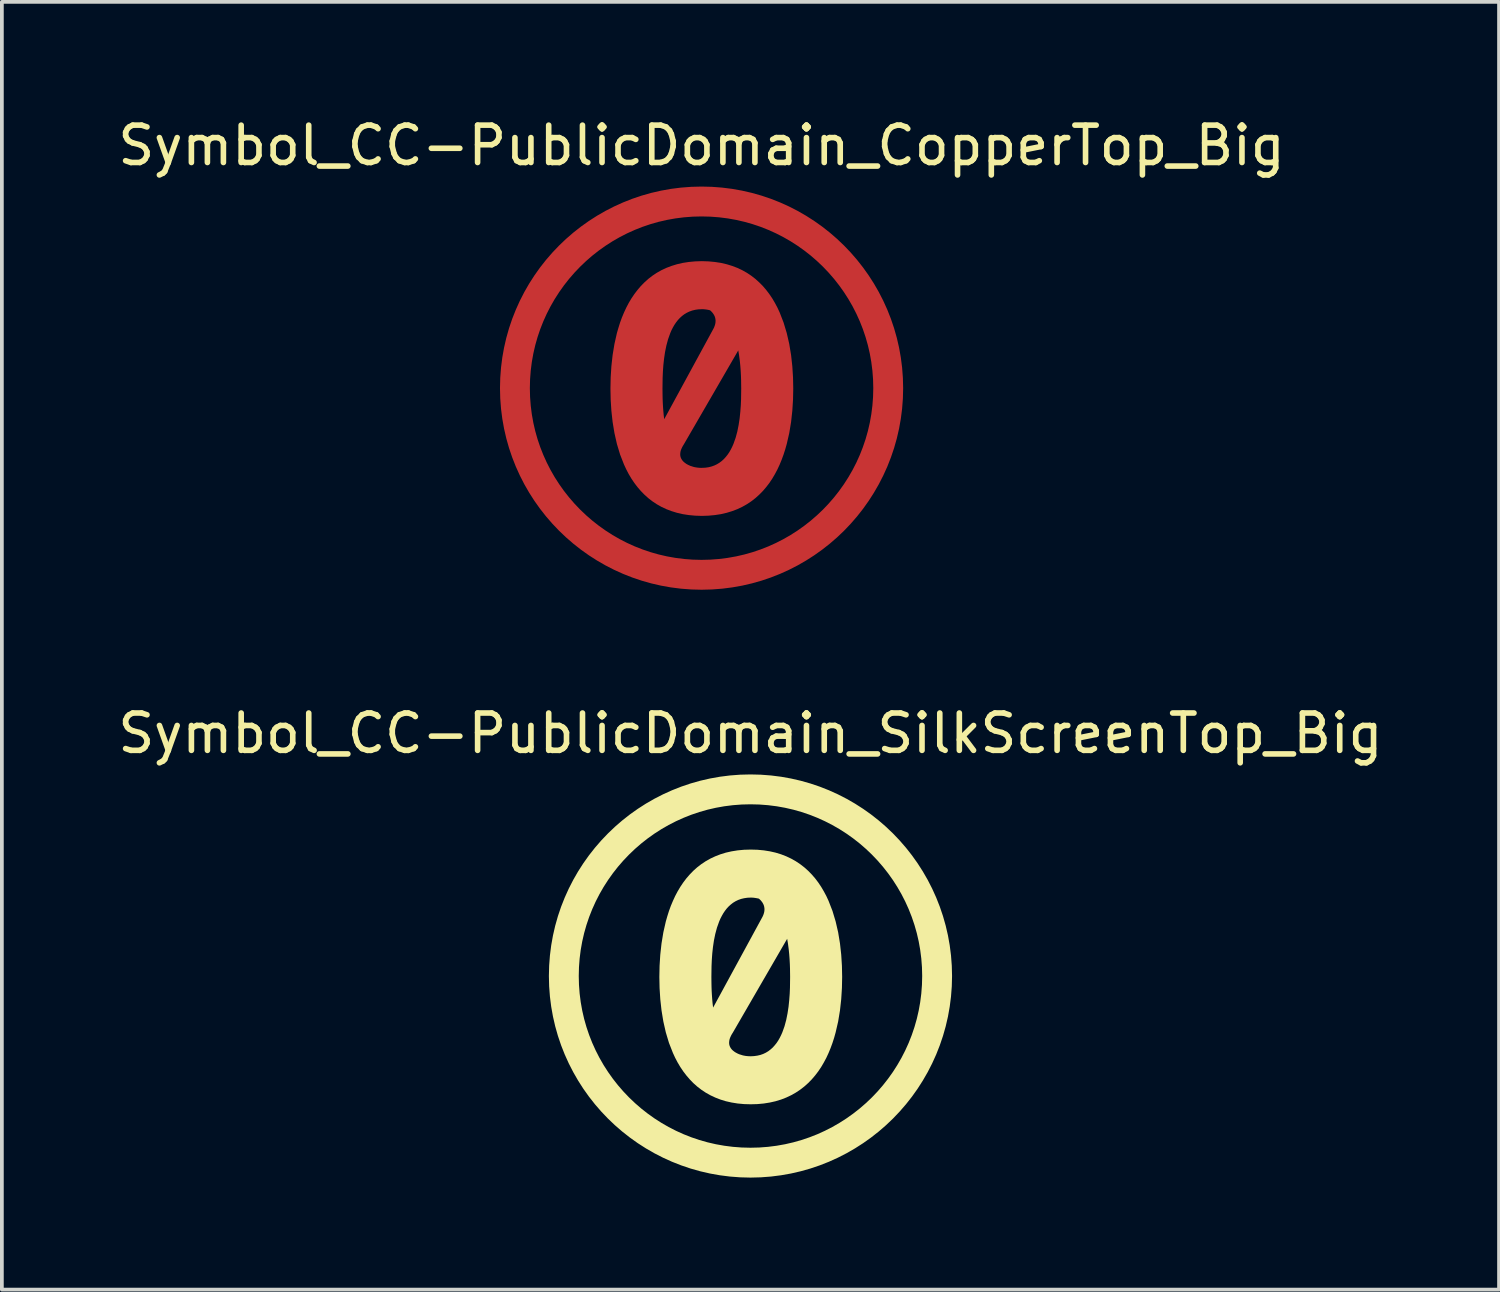
<source format=kicad_pcb>
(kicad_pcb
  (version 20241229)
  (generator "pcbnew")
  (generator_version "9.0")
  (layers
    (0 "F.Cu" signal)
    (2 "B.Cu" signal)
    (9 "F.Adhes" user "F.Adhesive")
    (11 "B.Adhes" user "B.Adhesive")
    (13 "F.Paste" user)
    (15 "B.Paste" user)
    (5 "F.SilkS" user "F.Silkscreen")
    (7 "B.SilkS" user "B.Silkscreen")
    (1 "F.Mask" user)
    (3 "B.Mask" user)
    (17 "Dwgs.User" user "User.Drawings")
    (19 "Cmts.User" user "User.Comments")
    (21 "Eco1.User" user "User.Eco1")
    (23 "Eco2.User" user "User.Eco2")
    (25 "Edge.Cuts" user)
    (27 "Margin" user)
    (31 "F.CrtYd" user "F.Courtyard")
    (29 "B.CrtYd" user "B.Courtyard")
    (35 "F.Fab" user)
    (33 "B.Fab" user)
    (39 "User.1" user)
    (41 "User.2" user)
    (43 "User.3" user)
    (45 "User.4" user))
  (footprint "Symbol_CC-PublicDomain_CopperTop_Big"
    (layer "F.Cu")
    (at 15.744 7.348)
    (property "Reference" "Symbol_CC-PublicDomain_CopperTop_Big" (at 0 -6.5 0) (layer "F.SilkS") (effects (font (size 1 1) (thickness 0.15))))
    (attr exclude_from_pos_files exclude_from_bom allow_missing_courtyard)
    (fp_circle (center 0 0) (end 5 0) (stroke (width 0.8) (type default)) (fill no) (layer "F.Cu"))
    (fp_poly (pts (xy 0.187 -3.396) (xy 0.357 -3.38) (xy 0.52 -3.355) (xy 0.674 -3.319) (xy 0.821 -3.274) (xy 0.96 -3.221) (xy 1.091 -3.159) (xy 1.215 -3.089) (xy 1.332 -3.011) (xy 1.442 -2.926) (xy 1.545 -2.833) (xy 1.642 -2.735) (xy 1.732 -2.63) (xy 1.816 -2.519) (xy 1.894 -2.404) (xy 1.965 -2.283) (xy 2.032 -2.157) (xy 2.092 -2.028) (xy 2.197 -1.757) (xy 2.282 -1.475) (xy 2.349 -1.183) (xy 2.398 -0.886) (xy 2.431 -0.586) (xy 2.45 -0.286) (xy 2.456 0.01) (xy 2.45 0.306) (xy 2.431 0.606) (xy 2.398 0.906) (xy 2.349 1.203) (xy 2.282 1.495) (xy 2.242 1.637) (xy 2.197 1.777) (xy 2.147 1.914) (xy 2.092 2.048) (xy 2.032 2.177) (xy 1.965 2.303) (xy 1.894 2.424) (xy 1.816 2.54) (xy 1.732 2.65) (xy 1.642 2.755) (xy 1.545 2.853) (xy 1.442 2.946) (xy 1.332 3.031) (xy 1.215 3.109) (xy 1.091 3.179) (xy 0.96 3.241) (xy 0.821 3.294) (xy 0.674 3.339) (xy 0.52 3.375) (xy 0.357 3.4) (xy 0.187 3.416) (xy 0.007 3.422) (xy -0.172 3.416) (xy -0.343 3.4) (xy -0.505 3.375) (xy -0.66 3.339) (xy -0.806 3.294) (xy -0.945 3.241) (xy -1.077 3.179) (xy -1.201 3.109) (xy -1.318 3.031) (xy -1.428 2.946) (xy -1.531 2.853) (xy -1.627 2.755) (xy -1.717 2.65) (xy -1.801 2.54) (xy -1.879 2.424) (xy -1.951 2.303) (xy -2.017 2.177) (xy -2.077 2.048) (xy -2.183 1.777) (xy -2.184 1.774) (xy -0.572 1.774) (xy -0.571 1.795) (xy -0.569 1.814) (xy -0.565 1.833) (xy -0.56 1.852) (xy -0.553 1.869) (xy -0.545 1.887) (xy -0.536 1.903) (xy -0.526 1.919) (xy -0.515 1.935) (xy -0.503 1.949) (xy -0.49 1.964) (xy -0.475 1.977) (xy -0.46 1.99) (xy -0.444 2.003) (xy -0.427 2.015) (xy -0.41 2.027) (xy -0.392 2.038) (xy -0.353 2.058) (xy -0.312 2.077) (xy -0.304 2.08) (xy -0.297 2.083) (xy -0.289 2.086) (xy -0.281 2.088) (xy -0.265 2.093) (xy -0.25 2.098) (xy -0.24 2.101) (xy -0.231 2.104) (xy -0.222 2.107) (xy -0.212 2.11) (xy -0.187 2.116) (xy -0.16 2.121) (xy -0.134 2.125) (xy -0.107 2.129) (xy -0.079 2.132) (xy -0.051 2.134) (xy -0.022 2.135) (xy 0.008 2.135) (xy 0.099 2.131) (xy 0.185 2.119) (xy 0.266 2.099) (xy 0.342 2.072) (xy 0.413 2.038) (xy 0.479 1.998) (xy 0.54 1.952) (xy 0.597 1.9) (xy 0.649 1.843) (xy 0.698 1.781) (xy 0.743 1.715) (xy 0.783 1.645) (xy 0.82 1.571) (xy 0.854 1.494) (xy 0.912 1.331) (xy 0.958 1.161) (xy 0.993 0.985) (xy 1.02 0.808) (xy 1.038 0.633) (xy 1.051 0.462) (xy 1.058 0.299) (xy 1.062 0.01) (xy 1.059 -0.212) (xy 1.055 -0.335) (xy 1.048 -0.464) (xy 1.038 -0.598) (xy 1.024 -0.734) (xy 1.006 -0.873) (xy 0.983 -1.011) (xy -0.474 1.504) (xy -0.492 1.533) (xy -0.508 1.56) (xy -0.522 1.587) (xy -0.534 1.613) (xy -0.545 1.638) (xy -0.554 1.662) (xy -0.561 1.686) (xy -0.566 1.709) (xy -0.569 1.732) (xy -0.571 1.753) (xy -0.572 1.774) (xy -2.184 1.774) (xy -2.268 1.495) (xy -2.334 1.203) (xy -2.383 0.906) (xy -2.416 0.606) (xy -2.435 0.306) (xy -2.441 0.01) (xy -2.441 0.01) (xy -1.047 0.01) (xy -1.045 0.189) (xy -1.043 0.287) (xy -1.039 0.39) (xy -1.033 0.497) (xy -1.025 0.607) (xy -1.015 0.718) (xy -1.001 0.832) (xy 0.302 -1.563) (xy 0.314 -1.585) (xy 0.325 -1.606) (xy 0.335 -1.627) (xy 0.343 -1.648) (xy 0.351 -1.668) (xy 0.357 -1.688) (xy 0.363 -1.707) (xy 0.367 -1.726) (xy 0.371 -1.745) (xy 0.373 -1.764) (xy 0.374 -1.782) (xy 0.375 -1.799) (xy 0.375 -1.817) (xy 0.373 -1.834) (xy 0.371 -1.85) (xy 0.368 -1.867) (xy 0.365 -1.883) (xy 0.36 -1.898) (xy 0.355 -1.914) (xy 0.349 -1.929) (xy 0.342 -1.944) (xy 0.334 -1.958) (xy 0.326 -1.972) (xy 0.318 -1.986) (xy 0.308 -1.999) (xy 0.298 -2.013) (xy 0.288 -2.026) (xy 0.277 -2.038) (xy 0.253 -2.063) (xy 0.227 -2.086) (xy 0.202 -2.092) (xy 0.175 -2.098) (xy 0.149 -2.103) (xy 0.122 -2.107) (xy 0.094 -2.11) (xy 0.066 -2.113) (xy 0.037 -2.115) (xy 0.007 -2.115) (xy -0.084 -2.111) (xy -0.17 -2.099) (xy -0.251 -2.079) (xy -0.327 -2.052) (xy -0.398 -2.018) (xy -0.464 -1.978) (xy -0.525 -1.932) (xy -0.582 -1.88) (xy -0.635 -1.823) (xy -0.683 -1.761) (xy -0.728 -1.695) (xy -0.768 -1.625) (xy -0.806 -1.551) (xy -0.839 -1.473) (xy -0.897 -1.311) (xy -0.943 -1.141) (xy -0.979 -0.965) (xy -1.005 -0.788) (xy -1.024 -0.613) (xy -1.036 -0.442) (xy -1.043 -0.279) (xy -1.047 0.01) (xy -2.441 0.01) (xy -2.435 -0.286) (xy -2.416 -0.586) (xy -2.383 -0.886) (xy -2.334 -1.183) (xy -2.268 -1.475) (xy -2.227 -1.617) (xy -2.183 -1.757) (xy -2.133 -1.894) (xy -2.077 -2.028) (xy -2.017 -2.157) (xy -1.951 -2.283) (xy -1.879 -2.404) (xy -1.801 -2.519) (xy -1.717 -2.63) (xy -1.627 -2.735) (xy -1.531 -2.833) (xy -1.428 -2.926) (xy -1.318 -3.011) (xy -1.201 -3.089) (xy -1.077 -3.159) (xy -0.945 -3.221) (xy -0.806 -3.274) (xy -0.66 -3.319) (xy -0.505 -3.355) (xy -0.343 -3.38) (xy -0.172 -3.396) (xy 0.007 -3.402)) (stroke (width 0) (type solid)) (fill yes) (layer "F.Cu")))
  (footprint "Symbol_CC-PublicDomain_SilkScreenTop_Big"
    (layer "F.Cu")
    (at 17.054 23.096)
    (property "Reference" "Symbol_CC-PublicDomain_SilkScreenTop_Big" (at 0 -6.5 0) (layer "F.SilkS") (effects (font (size 1 1) (thickness 0.15))))
    (attr exclude_from_pos_files exclude_from_bom allow_missing_courtyard)
    (fp_circle (center 0 0) (end 5 0) (stroke (width 0.8) (type default)) (fill no) (layer "F.SilkS"))
    (fp_poly (pts (xy 0.187 -3.382) (xy 0.357 -3.366) (xy 0.52 -3.34) (xy 0.674 -3.305) (xy 0.821 -3.26) (xy 0.96 -3.206) (xy 1.091 -3.144) (xy 1.215 -3.074) (xy 1.332 -2.996) (xy 1.442 -2.911) (xy 1.545 -2.819) (xy 1.642 -2.72) (xy 1.732 -2.616) (xy 1.816 -2.505) (xy 1.894 -2.389) (xy 1.965 -2.268) (xy 2.032 -2.143) (xy 2.092 -2.013) (xy 2.197 -1.743) (xy 2.282 -1.46) (xy 2.349 -1.169) (xy 2.398 -0.872) (xy 2.431 -0.572) (xy 2.45 -0.272) (xy 2.456 0.024) (xy 2.45 0.321) (xy 2.431 0.62) (xy 2.398 0.92) (xy 2.349 1.218) (xy 2.282 1.509) (xy 2.242 1.652) (xy 2.197 1.792) (xy 2.147 1.929) (xy 2.092 2.062) (xy 2.032 2.192) (xy 1.965 2.317) (xy 1.894 2.438) (xy 1.816 2.554) (xy 1.732 2.664) (xy 1.642 2.769) (xy 1.545 2.868) (xy 1.442 2.96) (xy 1.332 3.045) (xy 1.215 3.123) (xy 1.091 3.193) (xy 0.96 3.255) (xy 0.821 3.309) (xy 0.674 3.354) (xy 0.52 3.389) (xy 0.357 3.415) (xy 0.187 3.431) (xy 0.007 3.436) (xy -0.172 3.431) (xy -0.343 3.415) (xy -0.505 3.389) (xy -0.66 3.354) (xy -0.806 3.309) (xy -0.945 3.255) (xy -1.077 3.193) (xy -1.201 3.123) (xy -1.318 3.045) (xy -1.428 2.96) (xy -1.531 2.868) (xy -1.627 2.769) (xy -1.717 2.664) (xy -1.801 2.554) (xy -1.879 2.438) (xy -1.951 2.317) (xy -2.017 2.192) (xy -2.077 2.062) (xy -2.183 1.792) (xy -2.184 1.789) (xy -0.572 1.789) (xy -0.571 1.809) (xy -0.569 1.829) (xy -0.565 1.848) (xy -0.56 1.866) (xy -0.553 1.884) (xy -0.545 1.901) (xy -0.536 1.918) (xy -0.526 1.934) (xy -0.515 1.949) (xy -0.503 1.964) (xy -0.49 1.978) (xy -0.475 1.992) (xy -0.46 2.005) (xy -0.444 2.017) (xy -0.427 2.03) (xy -0.41 2.041) (xy -0.392 2.052) (xy -0.353 2.073) (xy -0.312 2.092) (xy -0.304 2.095) (xy -0.297 2.097) (xy -0.289 2.1) (xy -0.281 2.103) (xy -0.265 2.107) (xy -0.25 2.112) (xy -0.24 2.115) (xy -0.231 2.118) (xy -0.222 2.121) (xy -0.212 2.124) (xy -0.187 2.13) (xy -0.16 2.135) (xy -0.134 2.14) (xy -0.107 2.143) (xy -0.079 2.146) (xy -0.051 2.148) (xy -0.022 2.149) (xy 0.008 2.15) (xy 0.099 2.145) (xy 0.185 2.133) (xy 0.266 2.114) (xy 0.342 2.087) (xy 0.413 2.053) (xy 0.479 2.013) (xy 0.54 1.966) (xy 0.597 1.915) (xy 0.649 1.857) (xy 0.698 1.796) (xy 0.743 1.729) (xy 0.783 1.659) (xy 0.82 1.585) (xy 0.854 1.508) (xy 0.912 1.346) (xy 0.958 1.175) (xy 0.993 1) (xy 1.02 0.823) (xy 1.038 0.647) (xy 1.051 0.477) (xy 1.058 0.314) (xy 1.062 0.024) (xy 1.059 -0.197) (xy 1.055 -0.32) (xy 1.048 -0.45) (xy 1.038 -0.583) (xy 1.024 -0.72) (xy 1.006 -0.858) (xy 0.983 -0.997) (xy -0.474 1.519) (xy -0.492 1.547) (xy -0.508 1.574) (xy -0.522 1.601) (xy -0.534 1.627) (xy -0.545 1.652) (xy -0.554 1.677) (xy -0.561 1.701) (xy -0.566 1.724) (xy -0.569 1.746) (xy -0.571 1.768) (xy -0.572 1.789) (xy -2.184 1.789) (xy -2.268 1.509) (xy -2.334 1.218) (xy -2.383 0.92) (xy -2.416 0.62) (xy -2.435 0.321) (xy -2.441 0.024) (xy -2.441 0.024) (xy -1.047 0.024) (xy -1.045 0.204) (xy -1.043 0.302) (xy -1.039 0.405) (xy -1.033 0.511) (xy -1.025 0.621) (xy -1.015 0.733) (xy -1.001 0.846) (xy 0.302 -1.549) (xy 0.314 -1.571) (xy 0.325 -1.592) (xy 0.335 -1.613) (xy 0.343 -1.633) (xy 0.351 -1.654) (xy 0.357 -1.673) (xy 0.363 -1.693) (xy 0.367 -1.712) (xy 0.371 -1.731) (xy 0.373 -1.749) (xy 0.374 -1.767) (xy 0.375 -1.785) (xy 0.375 -1.802) (xy 0.373 -1.819) (xy 0.371 -1.836) (xy 0.368 -1.852) (xy 0.365 -1.868) (xy 0.36 -1.884) (xy 0.355 -1.899) (xy 0.349 -1.914) (xy 0.342 -1.929) (xy 0.334 -1.944) (xy 0.326 -1.958) (xy 0.318 -1.972) (xy 0.308 -1.985) (xy 0.298 -1.998) (xy 0.288 -2.011) (xy 0.277 -2.024) (xy 0.253 -2.048) (xy 0.227 -2.072) (xy 0.202 -2.078) (xy 0.175 -2.083) (xy 0.149 -2.088) (xy 0.122 -2.092) (xy 0.094 -2.096) (xy 0.066 -2.099) (xy 0.037 -2.1) (xy 0.007 -2.101) (xy -0.084 -2.097) (xy -0.17 -2.084) (xy -0.251 -2.065) (xy -0.327 -2.038) (xy -0.398 -2.004) (xy -0.464 -1.964) (xy -0.525 -1.917) (xy -0.582 -1.866) (xy -0.635 -1.809) (xy -0.683 -1.747) (xy -0.728 -1.68) (xy -0.768 -1.61) (xy -0.806 -1.536) (xy -0.839 -1.459) (xy -0.897 -1.297) (xy -0.943 -1.126) (xy -0.979 -0.951) (xy -1.005 -0.774) (xy -1.024 -0.599) (xy -1.036 -0.428) (xy -1.043 -0.265) (xy -1.047 0.024) (xy -2.441 0.024) (xy -2.435 -0.272) (xy -2.416 -0.572) (xy -2.383 -0.872) (xy -2.334 -1.169) (xy -2.268 -1.46) (xy -2.227 -1.603) (xy -2.183 -1.743) (xy -2.133 -1.88) (xy -2.077 -2.013) (xy -2.017 -2.143) (xy -1.951 -2.268) (xy -1.879 -2.389) (xy -1.801 -2.505) (xy -1.717 -2.616) (xy -1.627 -2.72) (xy -1.531 -2.819) (xy -1.428 -2.911) (xy -1.318 -2.996) (xy -1.201 -3.074) (xy -1.077 -3.144) (xy -0.945 -3.206) (xy -0.806 -3.26) (xy -0.66 -3.305) (xy -0.505 -3.34) (xy -0.343 -3.366) (xy -0.172 -3.382) (xy 0.007 -3.387)) (stroke (width 0) (type solid)) (fill yes) (layer "F.SilkS")))
  (gr_rect
    (start -3 -3)
    (end 37.107 31.497)
    (stroke (width 0.1) (type default))
    (fill no)
    (layer "Edge.Cuts")))
</source>
